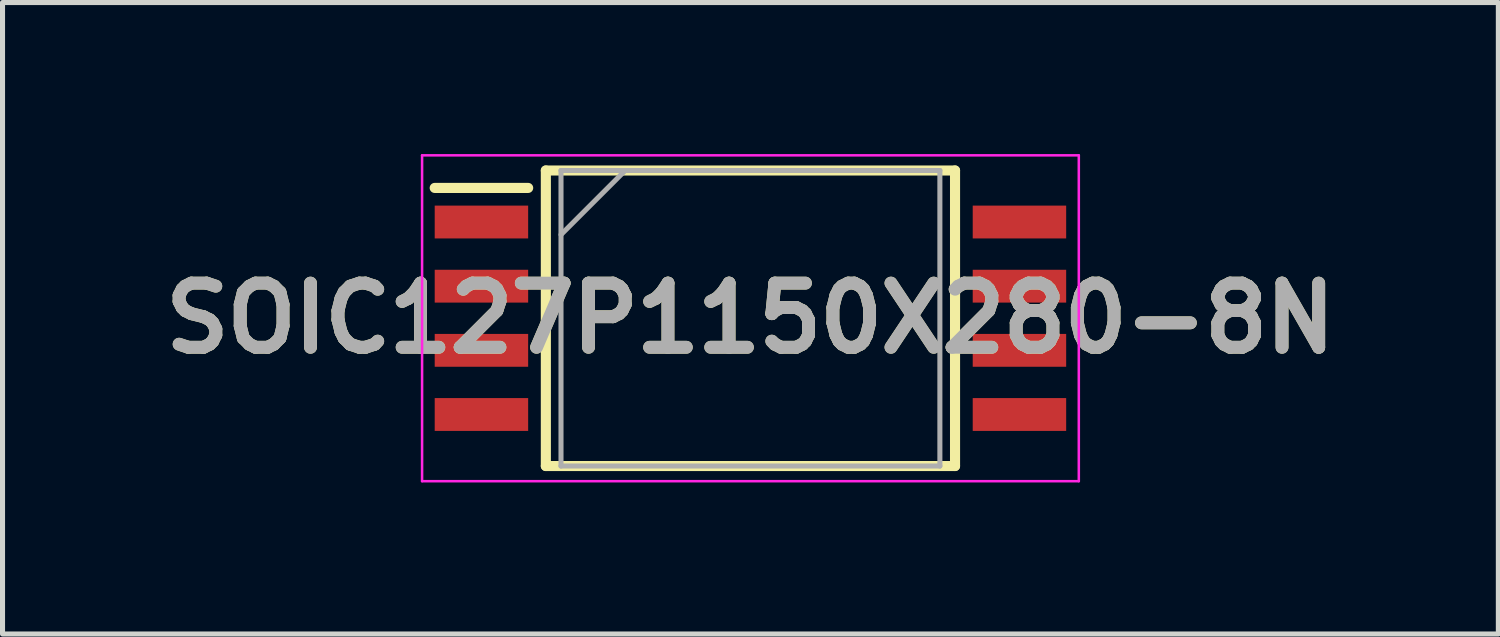
<source format=kicad_pcb>
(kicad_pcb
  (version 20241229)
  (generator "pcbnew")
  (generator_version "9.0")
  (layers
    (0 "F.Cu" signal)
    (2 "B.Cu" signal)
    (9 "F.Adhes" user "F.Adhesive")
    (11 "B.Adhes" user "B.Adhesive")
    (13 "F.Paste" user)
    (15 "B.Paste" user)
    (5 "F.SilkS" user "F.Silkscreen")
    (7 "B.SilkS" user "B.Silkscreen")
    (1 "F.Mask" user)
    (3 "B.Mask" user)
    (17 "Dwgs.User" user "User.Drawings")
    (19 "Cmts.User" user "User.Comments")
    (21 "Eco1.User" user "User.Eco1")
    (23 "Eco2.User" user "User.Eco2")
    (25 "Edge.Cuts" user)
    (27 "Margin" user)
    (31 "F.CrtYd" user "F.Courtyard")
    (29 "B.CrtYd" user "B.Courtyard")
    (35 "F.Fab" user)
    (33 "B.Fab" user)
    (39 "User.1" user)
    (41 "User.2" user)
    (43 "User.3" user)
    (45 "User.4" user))
  (footprint "SOIC127P1150X280-8N"
    (layer "F.Cu")
    (at 11.805 3.25)
    (property "Reference" "SOIC127P1150X280-8N" (at 0 0 0) (layer "F.SilkS") (effects (font (size 1.27 1.27) (thickness 0.254))))
    (attr smd)
    (fp_line (start -6.25 -2.58) (end -4.4 -2.58) (stroke (width 0.2) (type solid)) (layer "F.SilkS"))
    (fp_line (start -4.05 -2.925) (end 4.05 -2.925) (stroke (width 0.2) (type solid)) (layer "F.SilkS"))
    (fp_line (start -4.05 2.925) (end -4.05 -2.925) (stroke (width 0.2) (type solid)) (layer "F.SilkS"))
    (fp_line (start 4.05 -2.925) (end 4.05 2.925) (stroke (width 0.2) (type solid)) (layer "F.SilkS"))
    (fp_line (start 4.05 2.925) (end -4.05 2.925) (stroke (width 0.2) (type solid)) (layer "F.SilkS"))
    (fp_line (start -6.5 -3.225) (end 6.5 -3.225) (stroke (width 0.05) (type solid)) (layer "F.CrtYd"))
    (fp_line (start -6.5 3.225) (end -6.5 -3.225) (stroke (width 0.05) (type solid)) (layer "F.CrtYd"))
    (fp_line (start 6.5 -3.225) (end 6.5 3.225) (stroke (width 0.05) (type solid)) (layer "F.CrtYd"))
    (fp_line (start 6.5 3.225) (end -6.5 3.225) (stroke (width 0.05) (type solid)) (layer "F.CrtYd"))
    (fp_line (start -3.75 -2.925) (end 3.75 -2.925) (stroke (width 0.1) (type solid)) (layer "F.Fab"))
    (fp_line (start -3.75 -1.655) (end -2.48 -2.925) (stroke (width 0.1) (type solid)) (layer "F.Fab"))
    (fp_line (start -3.75 2.925) (end -3.75 -2.925) (stroke (width 0.1) (type solid)) (layer "F.Fab"))
    (fp_line (start 3.75 -2.925) (end 3.75 2.925) (stroke (width 0.1) (type solid)) (layer "F.Fab"))
    (fp_line (start 3.75 2.925) (end -3.75 2.925) (stroke (width 0.1) (type solid)) (layer "F.Fab"))
    (fp_text user "${REFERENCE}" (at 0 0 0) (layer "F.Fab") (effects (font (size 1.27 1.27) (thickness 0.254))))
    (pad "1" smd rect (at -5.325 -1.905 90) (size 0.65 1.85) (layers "F.Cu" "F.Mask" "F.Paste"))
    (pad "2" smd rect (at -5.325 -0.635 90) (size 0.65 1.85) (layers "F.Cu" "F.Mask" "F.Paste"))
    (pad "3" smd rect (at -5.325 0.635 90) (size 0.65 1.85) (layers "F.Cu" "F.Mask" "F.Paste"))
    (pad "4" smd rect (at -5.325 1.905 90) (size 0.65 1.85) (layers "F.Cu" "F.Mask" "F.Paste"))
    (pad "5" smd rect (at 5.325 1.905 90) (size 0.65 1.85) (layers "F.Cu" "F.Mask" "F.Paste"))
    (pad "6" smd rect (at 5.325 0.635 90) (size 0.65 1.85) (layers "F.Cu" "F.Mask" "F.Paste"))
    (pad "7" smd rect (at 5.325 -0.635 90) (size 0.65 1.85) (layers "F.Cu" "F.Mask" "F.Paste"))
    (pad "8" smd rect (at 5.325 -1.905 90) (size 0.65 1.85) (layers "F.Cu" "F.Mask" "F.Paste")))
  (gr_rect
    (start -3 -3)
    (end 26.61 9.5)
    (stroke (width 0.1) (type default))
    (fill no)
    (layer "Edge.Cuts")))
</source>
